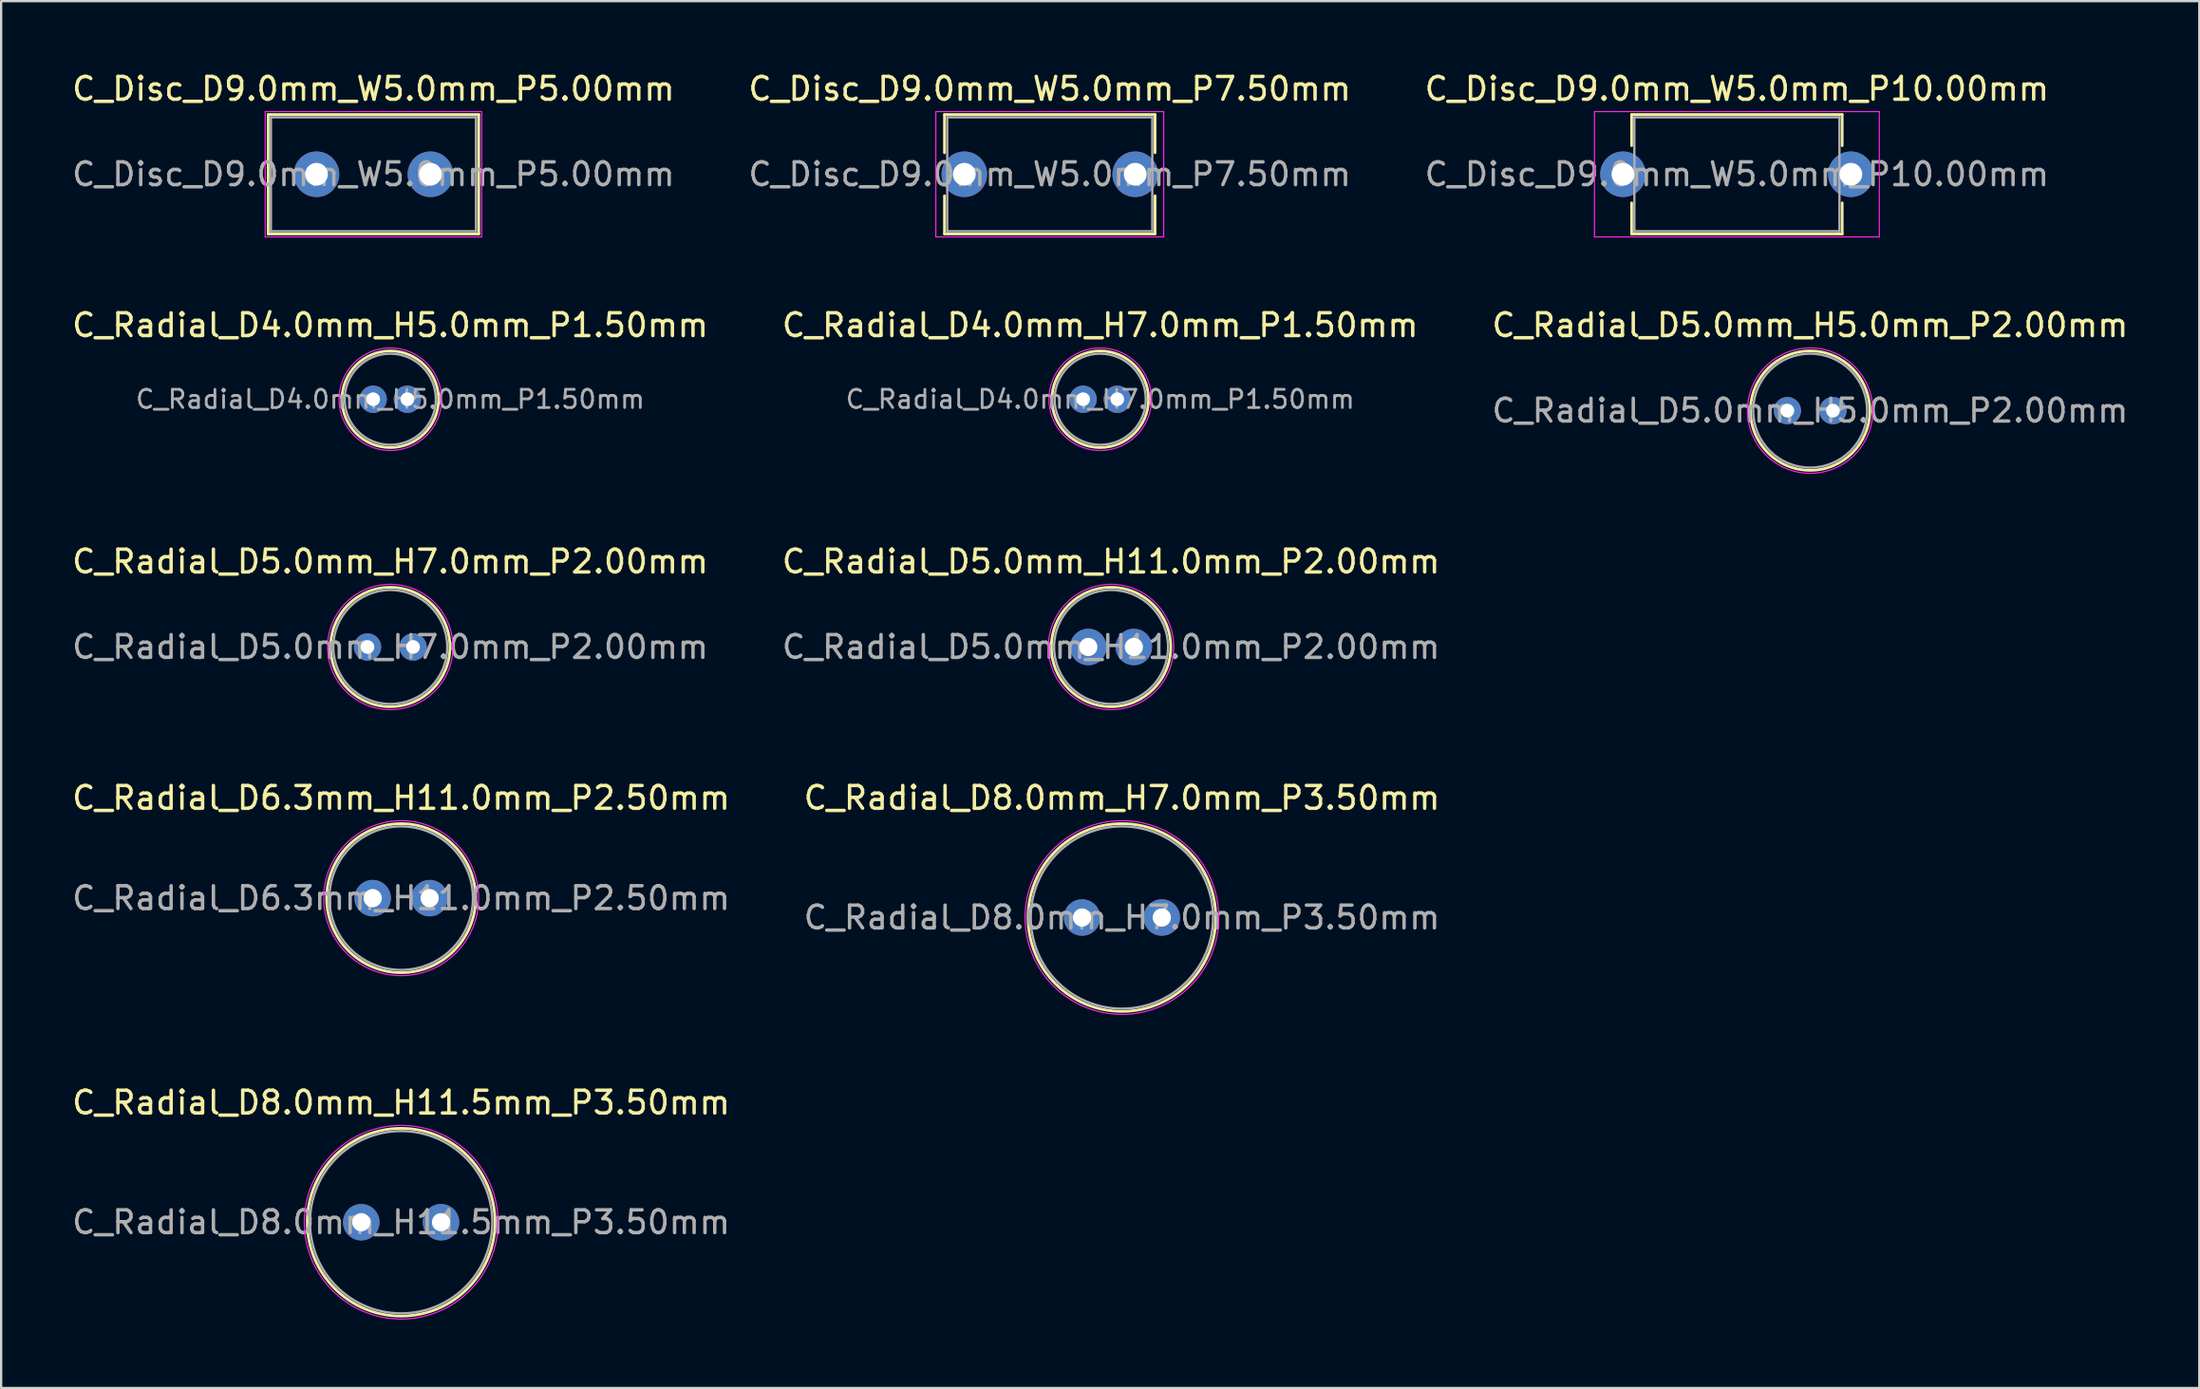
<source format=kicad_pcb>
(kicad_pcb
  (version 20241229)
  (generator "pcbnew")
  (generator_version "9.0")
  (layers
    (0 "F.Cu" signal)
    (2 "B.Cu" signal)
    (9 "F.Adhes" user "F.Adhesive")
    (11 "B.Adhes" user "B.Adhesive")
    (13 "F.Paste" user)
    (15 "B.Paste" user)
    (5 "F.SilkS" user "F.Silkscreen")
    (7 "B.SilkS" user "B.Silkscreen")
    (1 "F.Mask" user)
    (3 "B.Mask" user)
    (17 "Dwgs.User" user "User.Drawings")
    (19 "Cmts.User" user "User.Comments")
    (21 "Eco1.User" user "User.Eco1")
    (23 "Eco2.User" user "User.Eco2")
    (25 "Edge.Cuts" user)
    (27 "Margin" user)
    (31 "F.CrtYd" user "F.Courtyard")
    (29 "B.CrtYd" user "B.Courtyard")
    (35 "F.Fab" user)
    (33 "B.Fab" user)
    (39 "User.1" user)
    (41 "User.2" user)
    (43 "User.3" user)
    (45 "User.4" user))
  (footprint "C_Disc_D9.0mm_W5.0mm_P7.50mm"
    (layer "F.Cu")
    (at 39.268 4.598)
    (property "Reference" "C_Disc_D9.0mm_W5.0mm_P7.50mm" (at 3.75 -3.75 0) (layer "F.SilkS") (effects (font (size 1 1) (thickness 0.15))))
    (attr through_hole)
    (fp_line (start -0.87 -2.62) (end -0.87 -0.946) (stroke (width 0.12) (type solid)) (layer "F.SilkS"))
    (fp_line (start -0.87 -2.62) (end 8.37 -2.62) (stroke (width 0.12) (type solid)) (layer "F.SilkS"))
    (fp_line (start -0.87 0.946) (end -0.87 2.62) (stroke (width 0.12) (type solid)) (layer "F.SilkS"))
    (fp_line (start -0.87 2.62) (end 8.37 2.62) (stroke (width 0.12) (type solid)) (layer "F.SilkS"))
    (fp_line (start 8.37 -2.62) (end 8.37 -0.946) (stroke (width 0.12) (type solid)) (layer "F.SilkS"))
    (fp_line (start 8.37 0.946) (end 8.37 2.62) (stroke (width 0.12) (type solid)) (layer "F.SilkS"))
    (fp_line (start -1.25 -2.75) (end -1.25 2.75) (stroke (width 0.05) (type solid)) (layer "F.CrtYd"))
    (fp_line (start -1.25 2.75) (end 8.75 2.75) (stroke (width 0.05) (type solid)) (layer "F.CrtYd"))
    (fp_line (start 8.75 -2.75) (end -1.25 -2.75) (stroke (width 0.05) (type solid)) (layer "F.CrtYd"))
    (fp_line (start 8.75 2.75) (end 8.75 -2.75) (stroke (width 0.05) (type solid)) (layer "F.CrtYd"))
    (fp_line (start -0.75 -2.5) (end -0.75 2.5) (stroke (width 0.1) (type solid)) (layer "F.Fab"))
    (fp_line (start -0.75 2.5) (end 8.25 2.5) (stroke (width 0.1) (type solid)) (layer "F.Fab"))
    (fp_line (start 8.25 -2.5) (end -0.75 -2.5) (stroke (width 0.1) (type solid)) (layer "F.Fab"))
    (fp_line (start 8.25 2.5) (end 8.25 -2.5) (stroke (width 0.1) (type solid)) (layer "F.Fab"))
    (fp_text user "${REFERENCE}" (at 3.75 0 0) (layer "F.Fab") (effects (font (size 1 1) (thickness 0.15))))
    (pad "1" thru_hole circle (at 0 0) (size 2 2) (drill 1) (layers "*.Cu" "*.Mask"))
    (pad "2" thru_hole circle (at 7.5 0) (size 2 2) (drill 1) (layers "*.Cu" "*.Mask")))
  (footprint "C_Disc_D9.0mm_W5.0mm_P10.00mm"
    (layer "F.Cu")
    (at 68.173 4.598)
    (property "Reference" "C_Disc_D9.0mm_W5.0mm_P10.00mm" (at 5 -3.75 0) (layer "F.SilkS") (effects (font (size 1 1) (thickness 0.15))))
    (attr through_hole)
    (fp_line (start 0.38 -2.62) (end 0.38 -1.256) (stroke (width 0.12) (type solid)) (layer "F.SilkS"))
    (fp_line (start 0.38 -2.62) (end 9.62 -2.62) (stroke (width 0.12) (type solid)) (layer "F.SilkS"))
    (fp_line (start 0.38 1.256) (end 0.38 2.62) (stroke (width 0.12) (type solid)) (layer "F.SilkS"))
    (fp_line (start 0.38 2.62) (end 9.62 2.62) (stroke (width 0.12) (type solid)) (layer "F.SilkS"))
    (fp_line (start 9.62 -2.62) (end 9.62 -1.256) (stroke (width 0.12) (type solid)) (layer "F.SilkS"))
    (fp_line (start 9.62 1.256) (end 9.62 2.62) (stroke (width 0.12) (type solid)) (layer "F.SilkS"))
    (fp_line (start -1.25 -2.75) (end -1.25 2.75) (stroke (width 0.05) (type solid)) (layer "F.CrtYd"))
    (fp_line (start -1.25 2.75) (end 11.25 2.75) (stroke (width 0.05) (type solid)) (layer "F.CrtYd"))
    (fp_line (start 11.25 -2.75) (end -1.25 -2.75) (stroke (width 0.05) (type solid)) (layer "F.CrtYd"))
    (fp_line (start 11.25 2.75) (end 11.25 -2.75) (stroke (width 0.05) (type solid)) (layer "F.CrtYd"))
    (fp_line (start 0.5 -2.5) (end 0.5 2.5) (stroke (width 0.1) (type solid)) (layer "F.Fab"))
    (fp_line (start 0.5 2.5) (end 9.5 2.5) (stroke (width 0.1) (type solid)) (layer "F.Fab"))
    (fp_line (start 9.5 -2.5) (end 0.5 -2.5) (stroke (width 0.1) (type solid)) (layer "F.Fab"))
    (fp_line (start 9.5 2.5) (end 9.5 -2.5) (stroke (width 0.1) (type solid)) (layer "F.Fab"))
    (fp_text user "${REFERENCE}" (at 5 0 0) (layer "F.Fab") (effects (font (size 1 1) (thickness 0.15))))
    (pad "1" thru_hole circle (at 0 0) (size 2 2) (drill 1) (layers "*.Cu" "*.Mask"))
    (pad "2" thru_hole circle (at 10 0) (size 2 2) (drill 1) (layers "*.Cu" "*.Mask")))
  (footprint "C_Radial_D5.0mm_H7.0mm_P2.00mm"
    (layer "F.Cu")
    (at 13.077 25.345)
    (property "Reference" "C_Radial_D5.0mm_H7.0mm_P2.00mm" (at 1 -3.75 0) (layer "F.SilkS") (effects (font (size 1 1) (thickness 0.15))))
    (attr through_hole)
    (fp_circle (center 1 0) (end 3.62 0) (stroke (width 0.12) (type solid)) (fill no) (layer "F.SilkS"))
    (fp_circle (center 1 0) (end 3.75 0) (stroke (width 0.05) (type solid)) (fill no) (layer "F.CrtYd"))
    (fp_circle (center 1 0) (end 3.5 0) (stroke (width 0.1) (type solid)) (fill no) (layer "F.Fab"))
    (fp_text user "${REFERENCE}" (at 1 0 0) (layer "F.Fab") (effects (font (size 1 1) (thickness 0.15))))
    (pad "1" thru_hole circle (at 0 0) (size 1.2 1.2) (drill 0.6) (layers "*.Cu" "*.Mask"))
    (pad "2" thru_hole circle (at 2 0) (size 1.2 1.2) (drill 0.6) (layers "*.Cu" "*.Mask")))
  (footprint "C_Radial_D5.0mm_H5.0mm_P2.00mm"
    (layer "F.Cu")
    (at 75.387 14.972)
    (property "Reference" "C_Radial_D5.0mm_H5.0mm_P2.00mm" (at 1 -3.75 0) (layer "F.SilkS") (effects (font (size 1 1) (thickness 0.15))))
    (attr through_hole)
    (fp_circle (center 1 0) (end 3.62 0) (stroke (width 0.12) (type solid)) (fill no) (layer "F.SilkS"))
    (fp_circle (center 1 0) (end 3.75 0) (stroke (width 0.05) (type solid)) (fill no) (layer "F.CrtYd"))
    (fp_circle (center 1 0) (end 3.5 0) (stroke (width 0.1) (type solid)) (fill no) (layer "F.Fab"))
    (fp_text user "${REFERENCE}" (at 1 0 0) (layer "F.Fab") (effects (font (size 1 1) (thickness 0.15))))
    (pad "1" thru_hole circle (at 0 0) (size 1.2 1.2) (drill 0.6) (layers "*.Cu" "*.Mask"))
    (pad "2" thru_hole circle (at 2 0) (size 1.2 1.2) (drill 0.6) (layers "*.Cu" "*.Mask")))
  (footprint "C_Radial_D8.0mm_H11.5mm_P3.50mm"
    (layer "F.Cu")
    (at 12.804 50.591)
    (property "Reference" "C_Radial_D8.0mm_H11.5mm_P3.50mm" (at 1.75 -5.25 0) (layer "F.SilkS") (effects (font (size 1 1) (thickness 0.15))))
    (attr through_hole)
    (fp_circle (center 1.75 0) (end 5.87 0) (stroke (width 0.12) (type solid)) (fill no) (layer "F.SilkS"))
    (fp_circle (center 1.75 0) (end 6 0) (stroke (width 0.05) (type solid)) (fill no) (layer "F.CrtYd"))
    (fp_circle (center 1.75 0) (end 5.75 0) (stroke (width 0.1) (type solid)) (fill no) (layer "F.Fab"))
    (fp_text user "${REFERENCE}" (at 1.75 0 0) (layer "F.Fab") (effects (font (size 1 1) (thickness 0.15))))
    (pad "1" thru_hole circle (at 0 0) (size 1.6 1.6) (drill 0.8) (layers "*.Cu" "*.Mask"))
    (pad "2" thru_hole circle (at 3.5 0) (size 1.6 1.6) (drill 0.8) (layers "*.Cu" "*.Mask")))
  (footprint "C_Radial_D8.0mm_H7.0mm_P3.50mm"
    (layer "F.Cu")
    (at 44.435 37.218)
    (property "Reference" "C_Radial_D8.0mm_H7.0mm_P3.50mm" (at 1.75 -5.25 0) (layer "F.SilkS") (effects (font (size 1 1) (thickness 0.15))))
    (attr through_hole)
    (fp_circle (center 1.75 0) (end 5.87 0) (stroke (width 0.12) (type solid)) (fill no) (layer "F.SilkS"))
    (fp_circle (center 1.75 0) (end 6 0) (stroke (width 0.05) (type solid)) (fill no) (layer "F.CrtYd"))
    (fp_circle (center 1.75 0) (end 5.75 0) (stroke (width 0.1) (type solid)) (fill no) (layer "F.Fab"))
    (fp_text user "${REFERENCE}" (at 1.75 0 0) (layer "F.Fab") (effects (font (size 1 1) (thickness 0.15))))
    (pad "1" thru_hole circle (at 0 0) (size 1.6 1.6) (drill 0.8) (layers "*.Cu" "*.Mask"))
    (pad "2" thru_hole circle (at 3.5 0) (size 1.6 1.6) (drill 0.8) (layers "*.Cu" "*.Mask")))
  (footprint "C_Disc_D9.0mm_W5.0mm_P5.00mm"
    (layer "F.Cu")
    (at 10.839 4.598)
    (property "Reference" "C_Disc_D9.0mm_W5.0mm_P5.00mm" (at 2.5 -3.75 0) (layer "F.SilkS") (effects (font (size 1 1) (thickness 0.15))))
    (attr through_hole)
    (fp_line (start -2.12 -2.62) (end -2.12 2.62) (stroke (width 0.12) (type solid)) (layer "F.SilkS"))
    (fp_line (start -2.12 -2.62) (end 7.12 -2.62) (stroke (width 0.12) (type solid)) (layer "F.SilkS"))
    (fp_line (start -2.12 2.62) (end 7.12 2.62) (stroke (width 0.12) (type solid)) (layer "F.SilkS"))
    (fp_line (start 7.12 -2.62) (end 7.12 2.62) (stroke (width 0.12) (type solid)) (layer "F.SilkS"))
    (fp_line (start -2.25 -2.75) (end -2.25 2.75) (stroke (width 0.05) (type solid)) (layer "F.CrtYd"))
    (fp_line (start -2.25 2.75) (end 7.25 2.75) (stroke (width 0.05) (type solid)) (layer "F.CrtYd"))
    (fp_line (start 7.25 -2.75) (end -2.25 -2.75) (stroke (width 0.05) (type solid)) (layer "F.CrtYd"))
    (fp_line (start 7.25 2.75) (end 7.25 -2.75) (stroke (width 0.05) (type solid)) (layer "F.CrtYd"))
    (fp_line (start -2 -2.5) (end -2 2.5) (stroke (width 0.1) (type solid)) (layer "F.Fab"))
    (fp_line (start -2 2.5) (end 7 2.5) (stroke (width 0.1) (type solid)) (layer "F.Fab"))
    (fp_line (start 7 -2.5) (end -2 -2.5) (stroke (width 0.1) (type solid)) (layer "F.Fab"))
    (fp_line (start 7 2.5) (end 7 -2.5) (stroke (width 0.1) (type solid)) (layer "F.Fab"))
    (fp_text user "${REFERENCE}" (at 2.5 0 0) (layer "F.Fab") (effects (font (size 1 1) (thickness 0.15))))
    (pad "1" thru_hole circle (at 0 0) (size 2 2) (drill 1) (layers "*.Cu" "*.Mask"))
    (pad "2" thru_hole circle (at 5 0) (size 2 2) (drill 1) (layers "*.Cu" "*.Mask")))
  (footprint "C_Radial_D4.0mm_H7.0mm_P1.50mm"
    (layer "F.Cu")
    (at 44.482 14.472)
    (property "Reference" "C_Radial_D4.0mm_H7.0mm_P1.50mm" (at 0.75 -3.25 0) (layer "F.SilkS") (effects (font (size 1 1) (thickness 0.15))))
    (attr through_hole)
    (fp_circle (center 0.75 0) (end 2.87 0) (stroke (width 0.12) (type solid)) (fill no) (layer "F.SilkS"))
    (fp_circle (center 0.75 0) (end 3 0) (stroke (width 0.05) (type solid)) (fill no) (layer "F.CrtYd"))
    (fp_circle (center 0.75 0) (end 2.75 0) (stroke (width 0.1) (type solid)) (fill no) (layer "F.Fab"))
    (fp_text user "${REFERENCE}" (at 0.75 0 0) (layer "F.Fab") (effects (font (size 0.8 0.8) (thickness 0.12))))
    (pad "1" thru_hole circle (at 0 0) (size 1.2 1.2) (drill 0.6) (layers "*.Cu" "*.Mask"))
    (pad "2" thru_hole circle (at 1.5 0) (size 1.2 1.2) (drill 0.6) (layers "*.Cu" "*.Mask")))
  (footprint "C_Radial_D5.0mm_H11.0mm_P2.00mm"
    (layer "F.Cu")
    (at 44.708 25.345)
    (property "Reference" "C_Radial_D5.0mm_H11.0mm_P2.00mm" (at 1 -3.75 0) (layer "F.SilkS") (effects (font (size 1 1) (thickness 0.15))))
    (attr through_hole)
    (fp_circle (center 1 0) (end 3.62 0) (stroke (width 0.12) (type solid)) (fill no) (layer "F.SilkS"))
    (fp_circle (center 1 0) (end 3.75 0) (stroke (width 0.05) (type solid)) (fill no) (layer "F.CrtYd"))
    (fp_circle (center 1 0) (end 3.5 0) (stroke (width 0.1) (type solid)) (fill no) (layer "F.Fab"))
    (fp_text user "${REFERENCE}" (at 1 0 0) (layer "F.Fab") (effects (font (size 1 1) (thickness 0.15))))
    (pad "1" thru_hole circle (at 0 0) (size 1.6 1.6) (drill 0.8) (layers "*.Cu" "*.Mask"))
    (pad "2" thru_hole circle (at 2 0) (size 1.6 1.6) (drill 0.8) (layers "*.Cu" "*.Mask")))
  (footprint "C_Radial_D6.3mm_H11.0mm_P2.50mm"
    (layer "F.Cu")
    (at 13.304 36.368)
    (property "Reference" "C_Radial_D6.3mm_H11.0mm_P2.50mm" (at 1.25 -4.4 0) (layer "F.SilkS") (effects (font (size 1 1) (thickness 0.15))))
    (attr through_hole)
    (fp_circle (center 1.25 0) (end 4.52 0) (stroke (width 0.12) (type solid)) (fill no) (layer "F.SilkS"))
    (fp_circle (center 1.25 0) (end 4.65 0) (stroke (width 0.05) (type solid)) (fill no) (layer "F.CrtYd"))
    (fp_circle (center 1.25 0) (end 4.4 0) (stroke (width 0.1) (type solid)) (fill no) (layer "F.Fab"))
    (fp_text user "${REFERENCE}" (at 1.25 0 0) (layer "F.Fab") (effects (font (size 1 1) (thickness 0.15))))
    (pad "1" thru_hole circle (at 0 0) (size 1.6 1.6) (drill 0.8) (layers "*.Cu" "*.Mask"))
    (pad "2" thru_hole circle (at 2.5 0) (size 1.6 1.6) (drill 0.8) (layers "*.Cu" "*.Mask")))
  (footprint "C_Radial_D4.0mm_H5.0mm_P1.50mm"
    (layer "F.Cu")
    (at 13.327 14.472)
    (property "Reference" "C_Radial_D4.0mm_H5.0mm_P1.50mm" (at 0.75 -3.25 0) (layer "F.SilkS") (effects (font (size 1 1) (thickness 0.15))))
    (attr through_hole)
    (fp_circle (center 0.75 0) (end 2.87 0) (stroke (width 0.12) (type solid)) (fill no) (layer "F.SilkS"))
    (fp_circle (center 0.75 0) (end 3 0) (stroke (width 0.05) (type solid)) (fill no) (layer "F.CrtYd"))
    (fp_circle (center 0.75 0) (end 2.75 0) (stroke (width 0.1) (type solid)) (fill no) (layer "F.Fab"))
    (fp_text user "${REFERENCE}" (at 0.75 0 0) (layer "F.Fab") (effects (font (size 0.8 0.8) (thickness 0.12))))
    (pad "1" thru_hole circle (at 0 0) (size 1.2 1.2) (drill 0.6) (layers "*.Cu" "*.Mask"))
    (pad "2" thru_hole circle (at 1.5 0) (size 1.2 1.2) (drill 0.6) (layers "*.Cu" "*.Mask")))
  (gr_rect
    (start -3 -3)
    (end 93.464 57.866)
    (stroke (width 0.1) (type default))
    (fill no)
    (layer "Edge.Cuts")))
</source>
